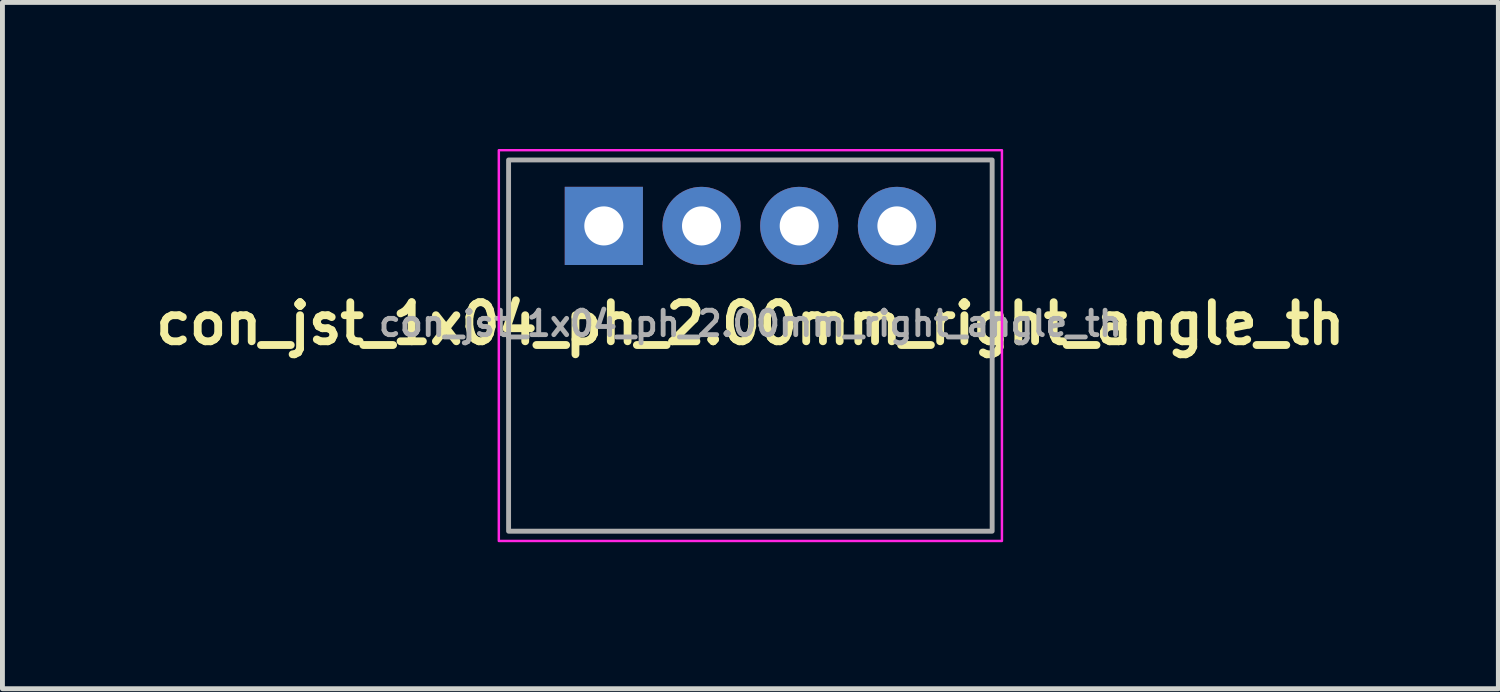
<source format=kicad_pcb>
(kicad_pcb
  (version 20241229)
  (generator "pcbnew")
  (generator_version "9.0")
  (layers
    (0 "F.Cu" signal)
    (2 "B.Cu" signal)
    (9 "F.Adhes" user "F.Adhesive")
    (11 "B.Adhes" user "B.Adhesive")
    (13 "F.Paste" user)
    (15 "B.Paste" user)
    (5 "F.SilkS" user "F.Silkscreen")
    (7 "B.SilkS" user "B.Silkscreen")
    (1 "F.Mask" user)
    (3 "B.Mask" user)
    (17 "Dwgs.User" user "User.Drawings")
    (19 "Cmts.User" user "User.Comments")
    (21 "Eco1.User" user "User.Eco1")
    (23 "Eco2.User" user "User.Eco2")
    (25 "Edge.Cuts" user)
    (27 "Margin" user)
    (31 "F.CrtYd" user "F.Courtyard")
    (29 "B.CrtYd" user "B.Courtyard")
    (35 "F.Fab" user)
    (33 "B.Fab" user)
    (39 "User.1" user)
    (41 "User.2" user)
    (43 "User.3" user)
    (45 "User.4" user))
  (footprint "con_jst_1x04_ph_2.00mm_right_angle_th"
    (layer "F.Cu")
    (at 9.312 1.575)
    (property "Reference" "con_jst_1x04_ph_2.00mm_right_angle_th" (at 3 2 0) (layer "F.SilkS") (effects (font (size 0.8 0.8) (thickness 0.16))))
    (attr through_hole)
    (fp_rect (start -2.15 -1.55) (end 8.15 6.45) (stroke (width 0.05) (type solid)) (fill no) (layer "F.CrtYd"))
    (fp_rect (start -1.95 -1.35) (end 7.95 6.25) (stroke (width 0.1) (type solid)) (fill no) (layer "F.Fab"))
    (fp_text user "${REFERENCE}" (at 3 2 0) (layer "F.Fab") (effects (font (size 0.5 0.5) (thickness 0.1))))
    (pad "1" thru_hole rect (at 0 0) (size 1.6 1.6) (drill 0.8) (layers "*.Cu" "*.Mask"))
    (pad "2" thru_hole circle (at 2 0) (size 1.6 1.6) (drill 0.8) (layers "*.Cu" "*.Mask"))
    (pad "3" thru_hole circle (at 4 0) (size 1.6 1.6) (drill 0.8) (layers "*.Cu" "*.Mask"))
    (pad "4" thru_hole circle (at 6 0) (size 1.6 1.6) (drill 0.8) (layers "*.Cu" "*.Mask")))
  (gr_rect
    (start -3 -3)
    (end 27.625 11.05)
    (stroke (width 0.1) (type default))
    (fill no)
    (layer "Edge.Cuts")))
</source>
